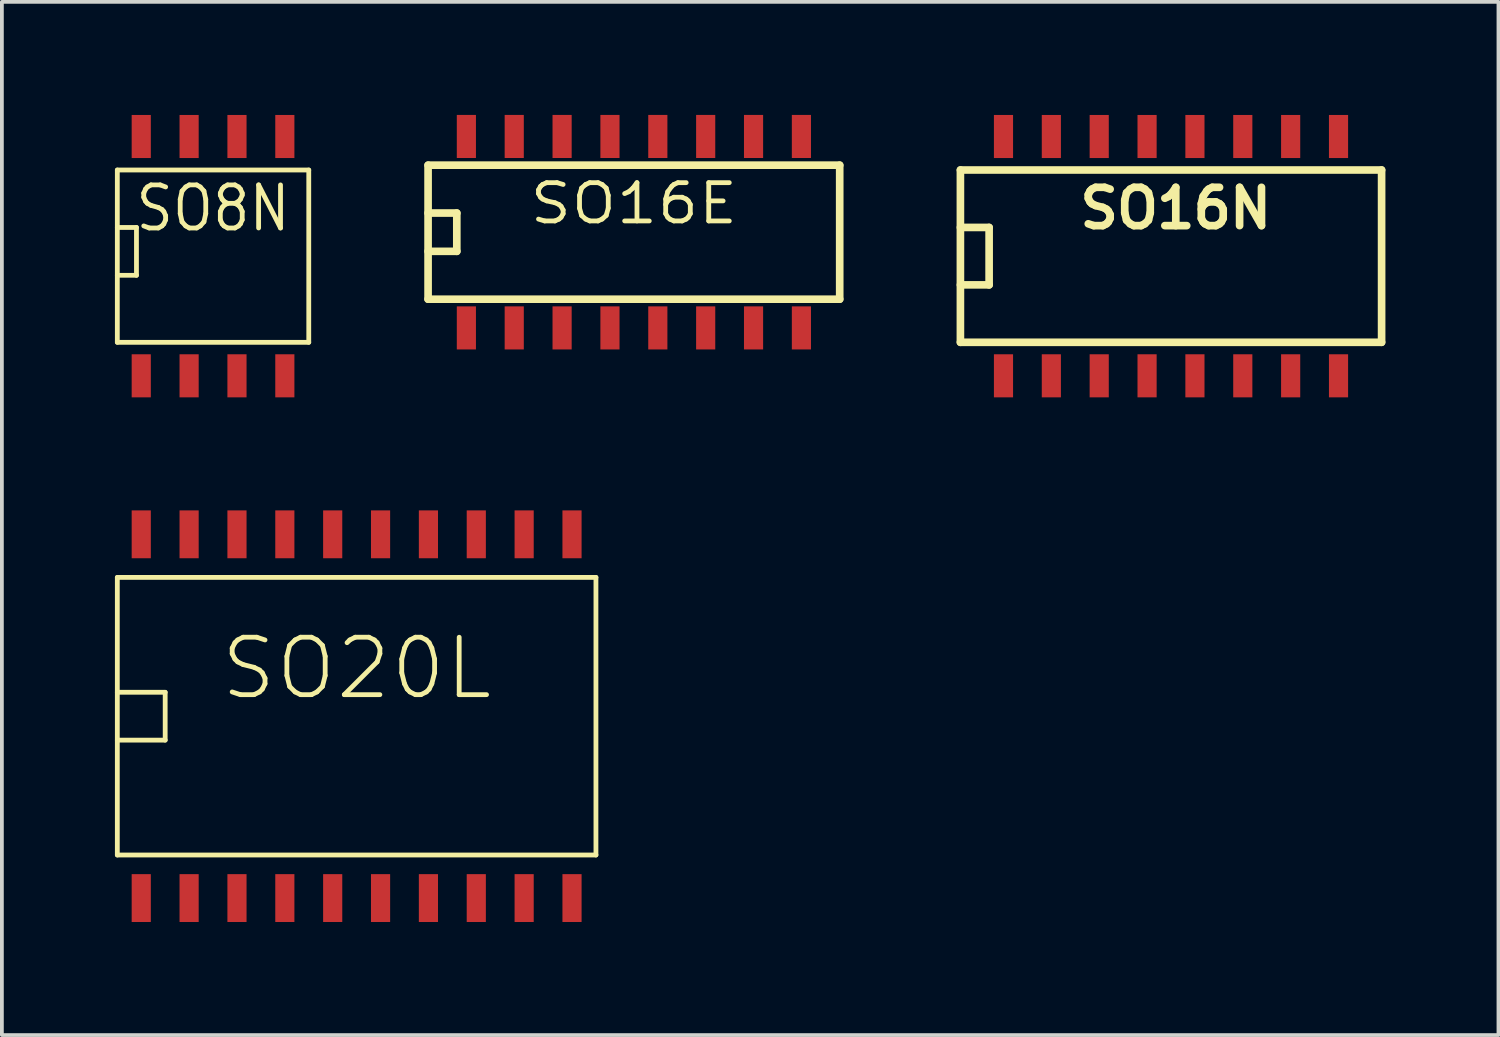
<source format=kicad_pcb>
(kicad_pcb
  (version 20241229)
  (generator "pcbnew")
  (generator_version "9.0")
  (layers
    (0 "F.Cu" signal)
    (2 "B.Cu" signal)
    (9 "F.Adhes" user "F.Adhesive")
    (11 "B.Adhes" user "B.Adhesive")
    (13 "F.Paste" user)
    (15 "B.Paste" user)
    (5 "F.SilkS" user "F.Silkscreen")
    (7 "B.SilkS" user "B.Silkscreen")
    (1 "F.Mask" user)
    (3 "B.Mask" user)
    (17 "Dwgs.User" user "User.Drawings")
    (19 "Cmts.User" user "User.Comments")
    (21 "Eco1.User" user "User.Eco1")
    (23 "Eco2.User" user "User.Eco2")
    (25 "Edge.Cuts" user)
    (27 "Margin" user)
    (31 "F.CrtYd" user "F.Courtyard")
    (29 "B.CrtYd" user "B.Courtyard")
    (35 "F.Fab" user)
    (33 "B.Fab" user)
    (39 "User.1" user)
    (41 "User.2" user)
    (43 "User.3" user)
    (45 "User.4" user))
  (footprint "SO8N"
    (layer "F.Cu")
    (at 2.603 3.747)
    (property "Reference" "SO8N" (at 0 -1.27 0) (layer "F.SilkS") (effects (font (size 1.143 1.016) (thickness 0.127))))
    (attr smd)
    (fp_line (start -2.54 -2.286) (end 2.54 -2.286) (stroke (width 0.127) (type solid)) (layer "F.SilkS"))
    (fp_line (start -2.54 -0.762) (end -2.032 -0.762) (stroke (width 0.127) (type solid)) (layer "F.SilkS"))
    (fp_line (start -2.54 2.286) (end -2.54 -2.286) (stroke (width 0.127) (type solid)) (layer "F.SilkS"))
    (fp_line (start -2.032 -0.762) (end -2.032 0.508) (stroke (width 0.127) (type solid)) (layer "F.SilkS"))
    (fp_line (start -2.032 0.508) (end -2.54 0.508) (stroke (width 0.127) (type solid)) (layer "F.SilkS"))
    (fp_line (start 2.54 -2.286) (end 2.54 2.286) (stroke (width 0.127) (type solid)) (layer "F.SilkS"))
    (fp_line (start 2.54 2.286) (end -2.54 2.286) (stroke (width 0.127) (type solid)) (layer "F.SilkS"))
    (pad "1" smd rect (at -1.905 3.175) (size 0.508 1.143) (layers "F.Cu" "F.Mask" "F.Paste"))
    (pad "2" smd rect (at -0.635 3.175) (size 0.508 1.143) (layers "F.Cu" "F.Mask" "F.Paste"))
    (pad "3" smd rect (at 0.635 3.175) (size 0.508 1.143) (layers "F.Cu" "F.Mask" "F.Paste"))
    (pad "4" smd rect (at 1.905 3.175) (size 0.508 1.143) (layers "F.Cu" "F.Mask" "F.Paste"))
    (pad "5" smd rect (at 1.905 -3.175) (size 0.508 1.143) (layers "F.Cu" "F.Mask" "F.Paste"))
    (pad "6" smd rect (at 0.635 -3.175) (size 0.508 1.143) (layers "F.Cu" "F.Mask" "F.Paste"))
    (pad "7" smd rect (at -0.635 -3.175) (size 0.508 1.143) (layers "F.Cu" "F.Mask" "F.Paste"))
    (pad "8" smd rect (at -1.905 -3.175) (size 0.508 1.143) (layers "F.Cu" "F.Mask" "F.Paste")))
  (footprint "SO16N"
    (layer "F.Cu")
    (at 28.022 3.747)
    (property "Reference" "SO16N" (at 0.127 -1.27 0) (layer "F.SilkS") (effects (font (size 1.016 1.016) (thickness 0.203))))
    (attr smd)
    (fp_line (start -5.588 -2.286) (end 5.588 -2.286) (stroke (width 0.203) (type solid)) (layer "F.SilkS"))
    (fp_line (start -5.588 -0.762) (end -4.826 -0.762) (stroke (width 0.203) (type solid)) (layer "F.SilkS"))
    (fp_line (start -5.588 2.286) (end -5.588 -2.286) (stroke (width 0.203) (type solid)) (layer "F.SilkS"))
    (fp_line (start -4.826 -0.762) (end -4.826 0.762) (stroke (width 0.203) (type solid)) (layer "F.SilkS"))
    (fp_line (start -4.826 0.762) (end -5.588 0.762) (stroke (width 0.203) (type solid)) (layer "F.SilkS"))
    (fp_line (start 5.588 -2.286) (end 5.588 2.286) (stroke (width 0.203) (type solid)) (layer "F.SilkS"))
    (fp_line (start 5.588 2.286) (end -5.588 2.286) (stroke (width 0.203) (type solid)) (layer "F.SilkS"))
    (pad "1" smd rect (at -4.445 3.175) (size 0.508 1.143) (layers "F.Cu" "F.Mask" "F.Paste"))
    (pad "2" smd rect (at -3.175 3.175) (size 0.508 1.143) (layers "F.Cu" "F.Mask" "F.Paste"))
    (pad "3" smd rect (at -1.905 3.175) (size 0.508 1.143) (layers "F.Cu" "F.Mask" "F.Paste"))
    (pad "4" smd rect (at -0.635 3.175) (size 0.508 1.143) (layers "F.Cu" "F.Mask" "F.Paste"))
    (pad "5" smd rect (at 0.635 3.175) (size 0.508 1.143) (layers "F.Cu" "F.Mask" "F.Paste"))
    (pad "6" smd rect (at 1.905 3.175) (size 0.508 1.143) (layers "F.Cu" "F.Mask" "F.Paste"))
    (pad "7" smd rect (at 3.175 3.175) (size 0.508 1.143) (layers "F.Cu" "F.Mask" "F.Paste"))
    (pad "8" smd rect (at 4.445 3.175) (size 0.508 1.143) (layers "F.Cu" "F.Mask" "F.Paste"))
    (pad "9" smd rect (at 4.445 -3.175) (size 0.508 1.143) (layers "F.Cu" "F.Mask" "F.Paste"))
    (pad "10" smd rect (at 3.175 -3.175) (size 0.508 1.143) (layers "F.Cu" "F.Mask" "F.Paste"))
    (pad "11" smd rect (at 1.905 -3.175) (size 0.508 1.143) (layers "F.Cu" "F.Mask" "F.Paste"))
    (pad "12" smd rect (at 0.635 -3.175) (size 0.508 1.143) (layers "F.Cu" "F.Mask" "F.Paste"))
    (pad "13" smd rect (at -0.635 -3.175) (size 0.508 1.143) (layers "F.Cu" "F.Mask" "F.Paste"))
    (pad "14" smd rect (at -1.905 -3.175) (size 0.508 1.143) (layers "F.Cu" "F.Mask" "F.Paste"))
    (pad "15" smd rect (at -3.175 -3.175) (size 0.508 1.143) (layers "F.Cu" "F.Mask" "F.Paste"))
    (pad "16" smd rect (at -4.445 -3.175) (size 0.508 1.143) (layers "F.Cu" "F.Mask" "F.Paste")))
  (footprint "SO16E"
    (layer "F.Cu")
    (at 13.77 3.111)
    (property "Reference" "SO16E" (at 0 -0.762 0) (layer "F.SilkS") (effects (font (size 1.016 1.143) (thickness 0.127))))
    (attr smd)
    (fp_line (start -5.461 -1.778) (end 5.461 -1.778) (stroke (width 0.203) (type solid)) (layer "F.SilkS"))
    (fp_line (start -5.461 -0.508) (end -4.699 -0.508) (stroke (width 0.203) (type solid)) (layer "F.SilkS"))
    (fp_line (start -5.461 1.778) (end -5.461 -1.778) (stroke (width 0.203) (type solid)) (layer "F.SilkS"))
    (fp_line (start -4.699 -0.508) (end -4.699 0.508) (stroke (width 0.203) (type solid)) (layer "F.SilkS"))
    (fp_line (start -4.699 0.508) (end -5.461 0.508) (stroke (width 0.203) (type solid)) (layer "F.SilkS"))
    (fp_line (start 5.461 -1.778) (end 5.461 1.778) (stroke (width 0.203) (type solid)) (layer "F.SilkS"))
    (fp_line (start 5.461 1.778) (end -5.461 1.778) (stroke (width 0.203) (type solid)) (layer "F.SilkS"))
    (pad "1" smd rect (at -4.445 2.54) (size 0.508 1.143) (layers "F.Cu" "F.Mask" "F.Paste"))
    (pad "2" smd rect (at -3.175 2.54) (size 0.508 1.143) (layers "F.Cu" "F.Mask" "F.Paste"))
    (pad "3" smd rect (at -1.905 2.54) (size 0.508 1.143) (layers "F.Cu" "F.Mask" "F.Paste"))
    (pad "4" smd rect (at -0.635 2.54) (size 0.508 1.143) (layers "F.Cu" "F.Mask" "F.Paste"))
    (pad "5" smd rect (at 0.635 2.54) (size 0.508 1.143) (layers "F.Cu" "F.Mask" "F.Paste"))
    (pad "6" smd rect (at 1.905 2.54) (size 0.508 1.143) (layers "F.Cu" "F.Mask" "F.Paste"))
    (pad "7" smd rect (at 3.175 2.54) (size 0.508 1.143) (layers "F.Cu" "F.Mask" "F.Paste"))
    (pad "8" smd rect (at 4.445 2.54) (size 0.508 1.143) (layers "F.Cu" "F.Mask" "F.Paste"))
    (pad "9" smd rect (at 4.445 -2.54) (size 0.508 1.143) (layers "F.Cu" "F.Mask" "F.Paste"))
    (pad "10" smd rect (at 3.175 -2.54) (size 0.508 1.143) (layers "F.Cu" "F.Mask" "F.Paste"))
    (pad "11" smd rect (at 1.905 -2.54) (size 0.508 1.143) (layers "F.Cu" "F.Mask" "F.Paste"))
    (pad "12" smd rect (at 0.635 -2.54) (size 0.508 1.143) (layers "F.Cu" "F.Mask" "F.Paste"))
    (pad "13" smd rect (at -0.635 -2.54) (size 0.508 1.143) (layers "F.Cu" "F.Mask" "F.Paste"))
    (pad "14" smd rect (at -1.905 -2.54) (size 0.508 1.143) (layers "F.Cu" "F.Mask" "F.Paste"))
    (pad "15" smd rect (at -3.175 -2.54) (size 0.508 1.143) (layers "F.Cu" "F.Mask" "F.Paste"))
    (pad "16" smd rect (at -4.445 -2.54) (size 0.508 1.143) (layers "F.Cu" "F.Mask" "F.Paste")))
  (footprint "SO20L"
    (layer "F.Cu")
    (at 6.413 15.954)
    (property "Reference" "SO20L" (at 0 -1.27 0) (layer "F.SilkS") (effects (font (size 1.524 1.524) (thickness 0.127))))
    (attr smd)
    (fp_line (start -6.35 -3.683) (end -6.35 3.683) (stroke (width 0.127) (type solid)) (layer "F.SilkS"))
    (fp_line (start -6.35 -3.683) (end 6.35 -3.683) (stroke (width 0.127) (type solid)) (layer "F.SilkS"))
    (fp_line (start -6.35 -0.635) (end -5.08 -0.635) (stroke (width 0.127) (type solid)) (layer "F.SilkS"))
    (fp_line (start -5.08 -0.635) (end -5.08 0.635) (stroke (width 0.127) (type solid)) (layer "F.SilkS"))
    (fp_line (start -5.08 0.635) (end -6.35 0.635) (stroke (width 0.127) (type solid)) (layer "F.SilkS"))
    (fp_line (start 6.35 3.683) (end -6.35 3.683) (stroke (width 0.127) (type solid)) (layer "F.SilkS"))
    (fp_line (start 6.35 3.683) (end 6.35 -3.683) (stroke (width 0.127) (type solid)) (layer "F.SilkS"))
    (pad "1" smd rect (at -5.715 4.826) (size 0.508 1.27) (layers "F.Cu" "F.Mask" "F.Paste"))
    (pad "2" smd rect (at -4.445 4.826) (size 0.508 1.27) (layers "F.Cu" "F.Mask" "F.Paste"))
    (pad "3" smd rect (at -3.175 4.826) (size 0.508 1.27) (layers "F.Cu" "F.Mask" "F.Paste"))
    (pad "4" smd rect (at -1.905 4.826) (size 0.508 1.27) (layers "F.Cu" "F.Mask" "F.Paste"))
    (pad "5" smd rect (at -0.635 4.826) (size 0.508 1.27) (layers "F.Cu" "F.Mask" "F.Paste"))
    (pad "6" smd rect (at 0.635 4.826) (size 0.508 1.27) (layers "F.Cu" "F.Mask" "F.Paste"))
    (pad "7" smd rect (at 1.905 4.826) (size 0.508 1.27) (layers "F.Cu" "F.Mask" "F.Paste"))
    (pad "8" smd rect (at 3.175 4.826) (size 0.508 1.27) (layers "F.Cu" "F.Mask" "F.Paste"))
    (pad "9" smd rect (at 4.445 4.826) (size 0.508 1.27) (layers "F.Cu" "F.Mask" "F.Paste"))
    (pad "10" smd rect (at 5.715 4.826) (size 0.508 1.27) (layers "F.Cu" "F.Mask" "F.Paste"))
    (pad "11" smd rect (at 5.715 -4.826) (size 0.508 1.27) (layers "F.Cu" "F.Mask" "F.Paste"))
    (pad "12" smd rect (at 4.445 -4.826) (size 0.508 1.27) (layers "F.Cu" "F.Mask" "F.Paste"))
    (pad "13" smd rect (at 3.175 -4.826) (size 0.508 1.27) (layers "F.Cu" "F.Mask" "F.Paste"))
    (pad "14" smd rect (at 1.905 -4.826) (size 0.508 1.27) (layers "F.Cu" "F.Mask" "F.Paste"))
    (pad "15" smd rect (at 0.635 -4.826) (size 0.508 1.27) (layers "F.Cu" "F.Mask" "F.Paste"))
    (pad "16" smd rect (at -0.635 -4.826) (size 0.508 1.27) (layers "F.Cu" "F.Mask" "F.Paste"))
    (pad "17" smd rect (at -1.905 -4.826) (size 0.508 1.27) (layers "F.Cu" "F.Mask" "F.Paste"))
    (pad "18" smd rect (at -3.175 -4.826) (size 0.508 1.27) (layers "F.Cu" "F.Mask" "F.Paste"))
    (pad "19" smd rect (at -4.445 -4.826) (size 0.508 1.27) (layers "F.Cu" "F.Mask" "F.Paste"))
    (pad "20" smd rect (at -5.715 -4.826) (size 0.508 1.27) (layers "F.Cu" "F.Mask" "F.Paste")))
  (gr_rect
    (start -3 -3)
    (end 36.711 24.415)
    (stroke (width 0.1) (type default))
    (fill no)
    (layer "Edge.Cuts")))
</source>
